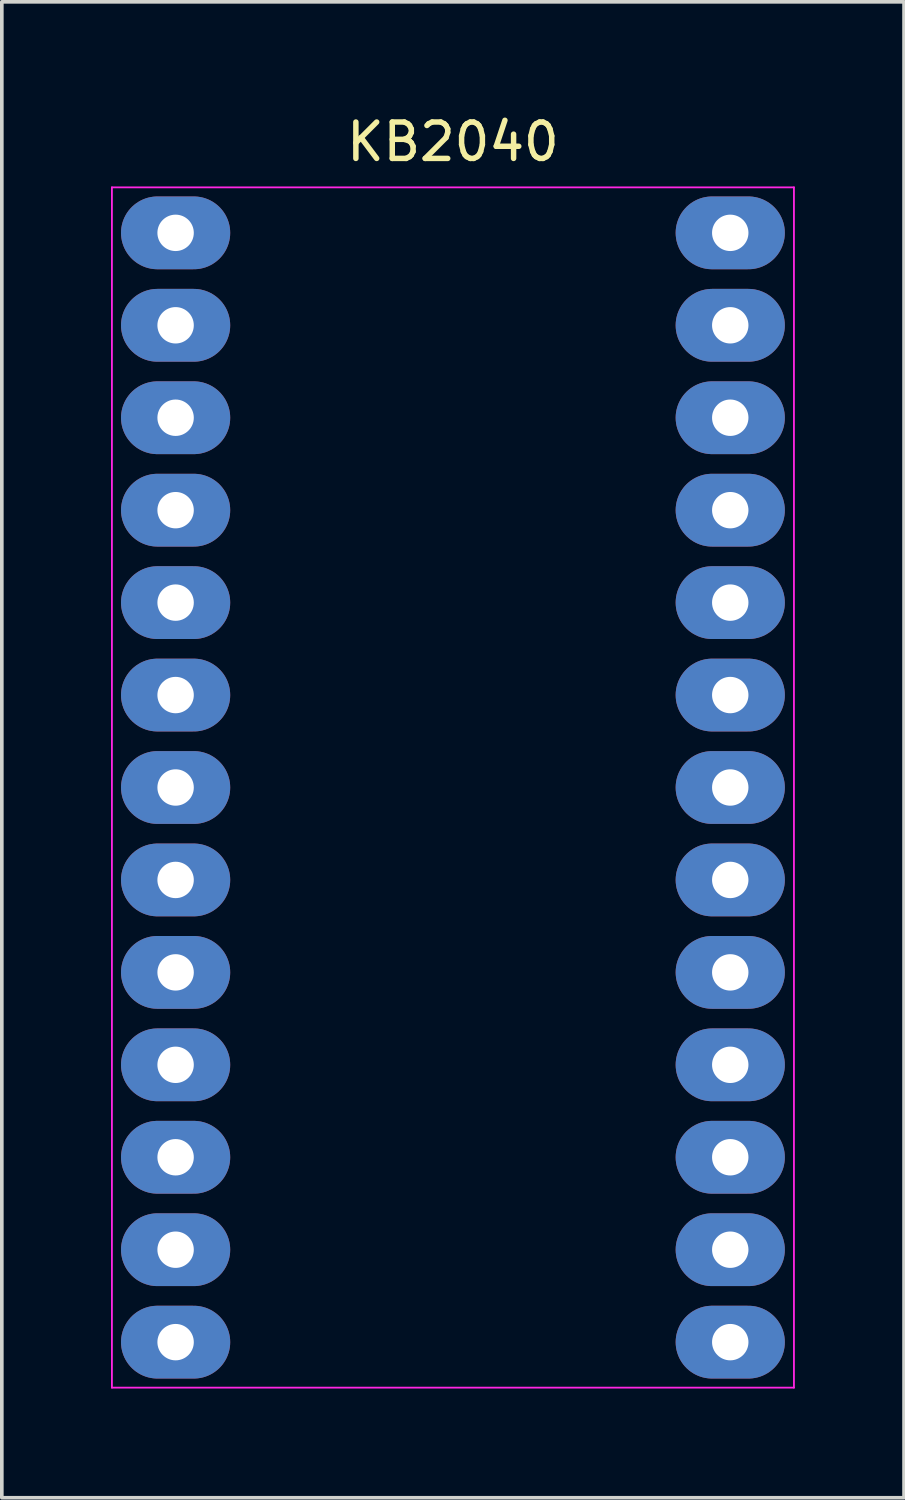
<source format=kicad_pcb>
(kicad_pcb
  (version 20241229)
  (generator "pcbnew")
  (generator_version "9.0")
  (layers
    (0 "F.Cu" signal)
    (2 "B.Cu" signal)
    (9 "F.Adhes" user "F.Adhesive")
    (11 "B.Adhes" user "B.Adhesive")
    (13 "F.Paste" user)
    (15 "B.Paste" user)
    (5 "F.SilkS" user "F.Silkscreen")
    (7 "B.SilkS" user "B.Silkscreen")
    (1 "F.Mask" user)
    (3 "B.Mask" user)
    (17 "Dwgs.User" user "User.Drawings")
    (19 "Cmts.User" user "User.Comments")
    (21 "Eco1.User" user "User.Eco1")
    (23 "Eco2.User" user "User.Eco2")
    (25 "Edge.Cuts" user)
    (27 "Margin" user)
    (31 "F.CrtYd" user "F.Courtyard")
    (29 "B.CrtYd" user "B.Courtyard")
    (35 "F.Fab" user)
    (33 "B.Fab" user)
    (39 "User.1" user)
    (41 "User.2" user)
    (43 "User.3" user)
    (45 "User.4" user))
  (footprint "KB2040"
    (layer "F.Cu")
    (at 9.395 18.588)
    (property "Reference" "KB2040" (at 0 -17.74 0) (layer "F.SilkS") (effects (font (size 1 1) (thickness 0.15))))
    (attr through_hole)
    (fp_line (start -9.37 -16.49) (end 9.37 -16.49) (stroke (width 0.05) (type default)) (layer "F.CrtYd"))
    (fp_line (start -9.37 16.49) (end -9.37 -16.49) (stroke (width 0.05) (type default)) (layer "F.CrtYd"))
    (fp_line (start 9.37 -16.49) (end 9.37 16.49) (stroke (width 0.05) (type default)) (layer "F.CrtYd"))
    (fp_line (start 9.37 16.49) (end -9.37 16.49) (stroke (width 0.05) (type default)) (layer "F.CrtYd"))
    (pad "1" thru_hole oval (at -7.62 -15.24 270) (size 2 3) (drill 1) (layers "*.Cu" "*.Mask"))
    (pad "2" thru_hole oval (at -7.62 -12.7 270) (size 2 3) (drill 1) (layers "*.Cu" "*.Mask"))
    (pad "3" thru_hole oval (at -7.62 -10.16 270) (size 2 3) (drill 1) (layers "*.Cu" "*.Mask"))
    (pad "4" thru_hole oval (at -7.62 -7.62 270) (size 2 3) (drill 1) (layers "*.Cu" "*.Mask"))
    (pad "5" thru_hole oval (at -7.62 -5.08 270) (size 2 3) (drill 1) (layers "*.Cu" "*.Mask"))
    (pad "6" thru_hole oval (at -7.62 -2.54 270) (size 2 3) (drill 1) (layers "*.Cu" "*.Mask"))
    (pad "7" thru_hole oval (at -7.62 0 270) (size 2 3) (drill 1) (layers "*.Cu" "*.Mask"))
    (pad "8" thru_hole oval (at -7.62 2.54 270) (size 2 3) (drill 1) (layers "*.Cu" "*.Mask"))
    (pad "9" thru_hole oval (at -7.62 5.08 270) (size 2 3) (drill 1) (layers "*.Cu" "*.Mask"))
    (pad "10" thru_hole oval (at -7.62 7.62 270) (size 2 3) (drill 1) (layers "*.Cu" "*.Mask"))
    (pad "11" thru_hole oval (at -7.62 10.16 270) (size 2 3) (drill 1) (layers "*.Cu" "*.Mask"))
    (pad "12" thru_hole oval (at -7.62 12.7 270) (size 2 3) (drill 1) (layers "*.Cu" "*.Mask"))
    (pad "13" thru_hole oval (at -7.62 15.24 270) (size 2 3) (drill 1) (layers "*.Cu" "*.Mask"))
    (pad "14" thru_hole oval (at 7.62 15.24 270) (size 2 3) (drill 1) (layers "*.Cu" "*.Mask"))
    (pad "15" thru_hole oval (at 7.62 12.7 270) (size 2 3) (drill 1) (layers "*.Cu" "*.Mask"))
    (pad "16" thru_hole oval (at 7.62 10.16 270) (size 2 3) (drill 1) (layers "*.Cu" "*.Mask"))
    (pad "17" thru_hole oval (at 7.62 7.62 270) (size 2 3) (drill 1) (layers "*.Cu" "*.Mask"))
    (pad "18" thru_hole oval (at 7.62 5.08 270) (size 2 3) (drill 1) (layers "*.Cu" "*.Mask"))
    (pad "19" thru_hole oval (at 7.62 2.54 270) (size 2 3) (drill 1) (layers "*.Cu" "*.Mask"))
    (pad "20" thru_hole oval (at 7.62 0 270) (size 2 3) (drill 1) (layers "*.Cu" "*.Mask"))
    (pad "21" thru_hole oval (at 7.62 -2.54 270) (size 2 3) (drill 1) (layers "*.Cu" "*.Mask"))
    (pad "22" thru_hole oval (at 7.62 -5.08 270) (size 2 3) (drill 1) (layers "*.Cu" "*.Mask"))
    (pad "23" thru_hole oval (at 7.62 -7.62 270) (size 2 3) (drill 1) (layers "*.Cu" "*.Mask"))
    (pad "24" thru_hole oval (at 7.62 -10.16 270) (size 2 3) (drill 1) (layers "*.Cu" "*.Mask"))
    (pad "25" thru_hole oval (at 7.62 -12.7 270) (size 2 3) (drill 1) (layers "*.Cu" "*.Mask"))
    (pad "26" thru_hole oval (at 7.62 -15.24 270) (size 2 3) (drill 1) (layers "*.Cu" "*.Mask")))
  (gr_rect
    (start -3 -3)
    (end 21.79 38.103)
    (stroke (width 0.1) (type default))
    (fill no)
    (layer "Edge.Cuts")))
</source>
